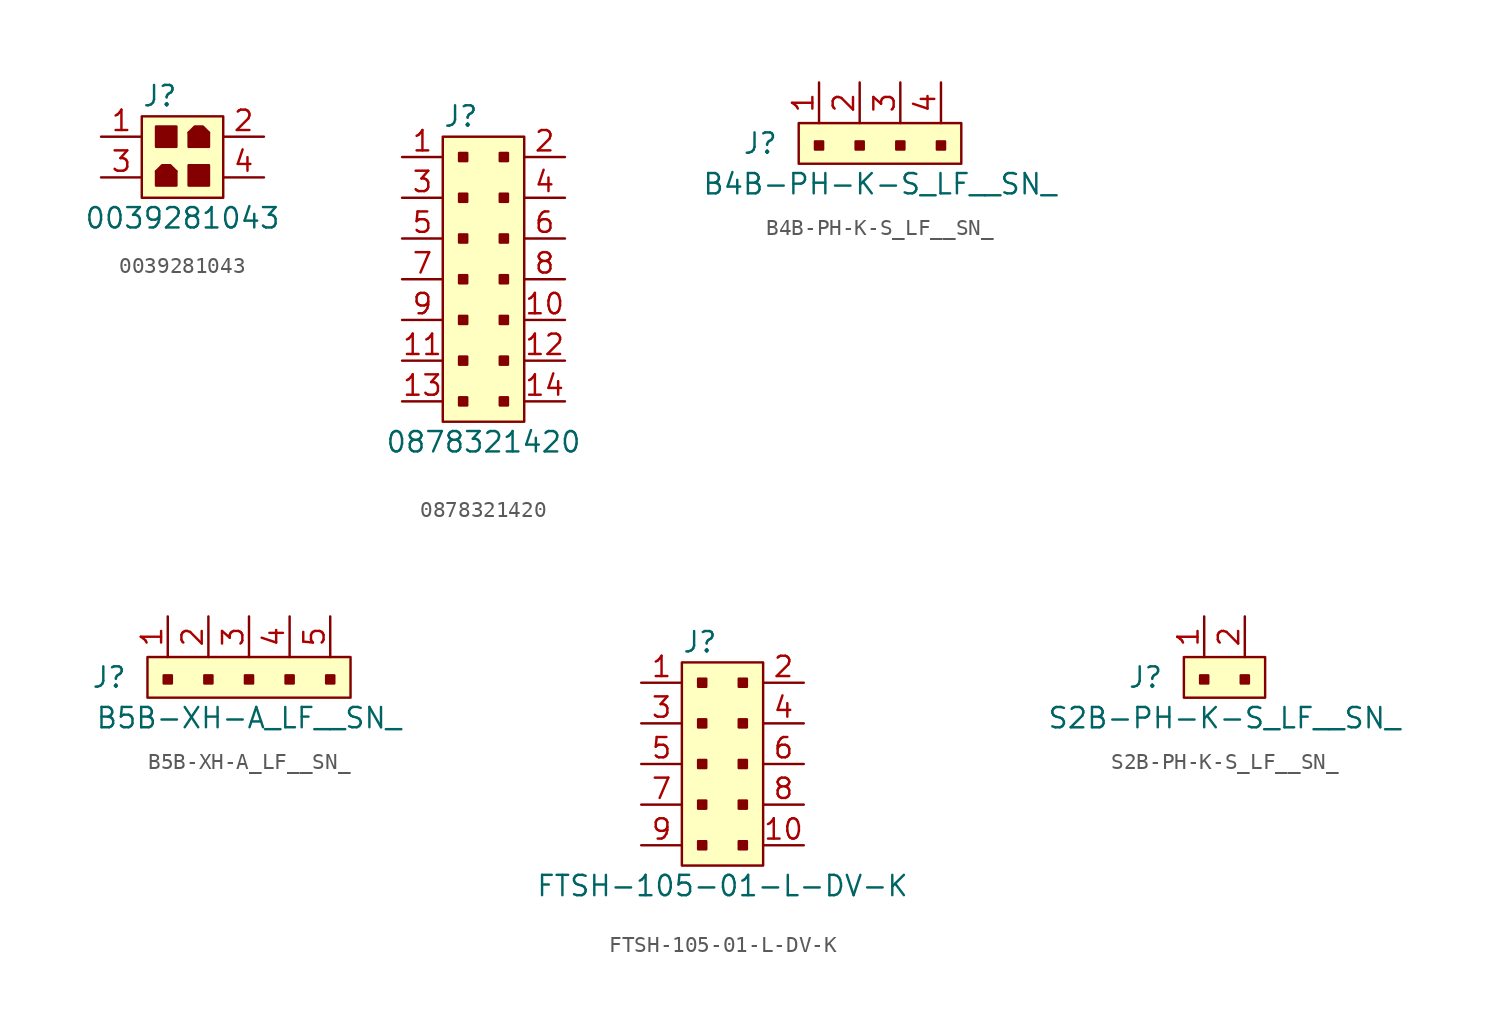
<source format=kicad_sym>
(kicad_symbol_lib
  (version 20240819)
  (generator "kicad_symbol_editor")
  (generator_version "8.99")
  (symbol "0039281043"
    (pin_names
      (offset 1.016))
    (property "Reference" "J"
      (at -2.54 5.08 0)
      (effects (font (size 1.27 1.27)) (justify left)))
    (property "Value" "0039281043"
      (at 0 -2.54 0)
      (effects (font (size 1.27 1.27))))
    (symbol "0039281043_0_1"
      (polyline (pts (xy -0.381 0.381) (xy -0.762 0.762) (xy -1.27 0.762) (xy -1.651 0.381)) (stroke (width 0) (type solid)) (fill (type outline)))
      (polyline (pts (xy 0.381 2.794) (xy 0.762 3.175) (xy 1.27 3.175) (xy 1.651 2.794)) (stroke (width 0) (type solid)) (fill (type outline))))
    (symbol "0039281043_1_1"
      (rectangle (start -2.54 3.81) (end 2.54 -1.27) (stroke (width 0) (type solid)) (fill (type background)))
      (rectangle (start -1.651 3.175) (end -0.381 1.905) (stroke (width 0) (type solid)) (fill (type outline)))
      (rectangle (start -0.381 0.381) (end -1.651 -0.508) (stroke (width 0) (type solid)) (fill (type outline)))
      (rectangle (start 0.381 2.794) (end 1.651 1.905) (stroke (width 0) (type solid)) (fill (type outline)))
      (rectangle (start 1.651 0.762) (end 0.381 -0.508) (stroke (width 0) (type solid)) (fill (type outline)))
      (pin passive line (at -5.08 2.54 0) (length 2.54) (name "~" (effects (font (size 1.27 1.27)))) (number "1" (effects (font (size 1.27 1.27)))))
      (pin passive line (at -5.08 0 0) (length 2.54) (name "~" (effects (font (size 1.27 1.27)))) (number "3" (effects (font (size 1.27 1.27)))))
      (pin passive line (at 5.08 2.54 180) (length 2.54) (name "~" (effects (font (size 1.27 1.27)))) (number "2" (effects (font (size 1.27 1.27)))))
      (pin passive line (at 5.08 0 180) (length 2.54) (name "~" (effects (font (size 1.27 1.27)))) (number "4" (effects (font (size 1.27 1.27)))))))
  (symbol "0878321420"
    (pin_names
      (offset 1.016))
    (property "Reference" "J"
      (at -2.54 10.16 0)
      (effects (font (size 1.27 1.27)) (justify left)))
    (property "Value" "0878321420"
      (at 0 -10.16 0)
      (effects (font (size 1.27 1.27))))
    (symbol "0878321420_1_1"
      (rectangle (start -2.54 8.89) (end 2.54 -8.89) (stroke (width 0) (type solid)) (fill (type background)))
      (rectangle (start -1.524 7.874) (end -1.016 7.366) (stroke (width 0) (type solid)) (fill (type outline)))
      (rectangle (start -1.524 5.334) (end -1.016 4.826) (stroke (width 0) (type solid)) (fill (type outline)))
      (rectangle (start -1.524 2.794) (end -1.016 2.286) (stroke (width 0) (type solid)) (fill (type outline)))
      (rectangle (start -1.524 0.254) (end -1.016 -0.254) (stroke (width 0) (type solid)) (fill (type outline)))
      (rectangle (start -1.524 -2.286) (end -1.016 -2.794) (stroke (width 0) (type solid)) (fill (type outline)))
      (rectangle (start -1.524 -4.826) (end -1.016 -5.334) (stroke (width 0) (type solid)) (fill (type outline)))
      (rectangle (start -1.524 -7.366) (end -1.016 -7.874) (stroke (width 0) (type solid)) (fill (type outline)))
      (rectangle (start 1.016 7.874) (end 1.524 7.366) (stroke (width 0) (type solid)) (fill (type outline)))
      (rectangle (start 1.016 5.334) (end 1.524 4.826) (stroke (width 0) (type solid)) (fill (type outline)))
      (rectangle (start 1.016 2.794) (end 1.524 2.286) (stroke (width 0) (type solid)) (fill (type outline)))
      (rectangle (start 1.016 0.254) (end 1.524 -0.254) (stroke (width 0) (type solid)) (fill (type outline)))
      (rectangle (start 1.016 -2.286) (end 1.524 -2.794) (stroke (width 0) (type solid)) (fill (type outline)))
      (rectangle (start 1.016 -4.826) (end 1.524 -5.334) (stroke (width 0) (type solid)) (fill (type outline)))
      (rectangle (start 1.016 -7.366) (end 1.524 -7.874) (stroke (width 0) (type solid)) (fill (type outline)))
      (pin passive line (at -5.08 7.62 0) (length 2.54) (name "~" (effects (font (size 1.27 1.27)))) (number "1" (effects (font (size 1.27 1.27)))))
      (pin passive line (at -5.08 5.08 0) (length 2.54) (name "~" (effects (font (size 1.27 1.27)))) (number "3" (effects (font (size 1.27 1.27)))))
      (pin passive line (at -5.08 2.54 0) (length 2.54) (name "~" (effects (font (size 1.27 1.27)))) (number "5" (effects (font (size 1.27 1.27)))))
      (pin passive line (at -5.08 0 0) (length 2.54) (name "~" (effects (font (size 1.27 1.27)))) (number "7" (effects (font (size 1.27 1.27)))))
      (pin passive line (at -5.08 -2.54 0) (length 2.54) (name "~" (effects (font (size 1.27 1.27)))) (number "9" (effects (font (size 1.27 1.27)))))
      (pin passive line (at -5.08 -5.08 0) (length 2.54) (name "~" (effects (font (size 1.27 1.27)))) (number "11" (effects (font (size 1.27 1.27)))))
      (pin passive line (at -5.08 -7.62 0) (length 2.54) (name "~" (effects (font (size 1.27 1.27)))) (number "13" (effects (font (size 1.27 1.27)))))
      (pin passive line (at 5.08 7.62 180) (length 2.54) (name "~" (effects (font (size 1.27 1.27)))) (number "2" (effects (font (size 1.27 1.27)))))
      (pin passive line (at 5.08 5.08 180) (length 2.54) (name "~" (effects (font (size 1.27 1.27)))) (number "4" (effects (font (size 1.27 1.27)))))
      (pin passive line (at 5.08 2.54 180) (length 2.54) (name "~" (effects (font (size 1.27 1.27)))) (number "6" (effects (font (size 1.27 1.27)))))
      (pin passive line (at 5.08 0 180) (length 2.54) (name "~" (effects (font (size 1.27 1.27)))) (number "8" (effects (font (size 1.27 1.27)))))
      (pin passive line (at 5.08 -2.54 180) (length 2.54) (name "~" (effects (font (size 1.27 1.27)))) (number "10" (effects (font (size 1.27 1.27)))))
      (pin passive line (at 5.08 -5.08 180) (length 2.54) (name "~" (effects (font (size 1.27 1.27)))) (number "12" (effects (font (size 1.27 1.27)))))
      (pin passive line (at 5.08 -7.62 180) (length 2.54) (name "~" (effects (font (size 1.27 1.27)))) (number "14" (effects (font (size 1.27 1.27)))))))
  (symbol "B4B-PH-K-S_LF__SN_"
    (pin_names
      (offset 1.016))
    (property "Reference" "J"
      (at -2.54 -1.27 0)
      (effects (font (size 1.27 1.27)) (justify right)))
    (property "Value" "B4B-PH-K-S_LF__SN_"
      (at 3.81 -3.81 0)
      (effects (font (size 1.27 1.27))))
    (symbol "B4B-PH-K-S_LF__SN__1_1"
      (rectangle (start -1.27 0) (end 8.89 -2.54) (stroke (width 0) (type solid)) (fill (type background)))
      (rectangle (start -0.254 -1.143) (end 0.254 -1.651) (stroke (width 0) (type solid)) (fill (type outline)))
      (rectangle (start 2.286 -1.143) (end 2.794 -1.651) (stroke (width 0) (type solid)) (fill (type outline)))
      (rectangle (start 4.826 -1.143) (end 5.334 -1.651) (stroke (width 0) (type solid)) (fill (type outline)))
      (rectangle (start 7.366 -1.143) (end 7.874 -1.651) (stroke (width 0) (type solid)) (fill (type outline)))
      (pin passive line (at 0 2.54 270) (length 2.54) (name "~" (effects (font (size 1.27 1.27)))) (number "1" (effects (font (size 1.27 1.27)))))
      (pin passive line (at 2.54 2.54 270) (length 2.54) (name "~" (effects (font (size 1.27 1.27)))) (number "2" (effects (font (size 1.27 1.27)))))
      (pin passive line (at 5.08 2.54 270) (length 2.54) (name "~" (effects (font (size 1.27 1.27)))) (number "3" (effects (font (size 1.27 1.27)))))
      (pin passive line (at 7.62 2.54 270) (length 2.54) (name "~" (effects (font (size 1.27 1.27)))) (number "4" (effects (font (size 1.27 1.27)))))))
  (symbol "B5B-XH-A_LF__SN_"
    (pin_names
      (offset 1.016))
    (property "Reference" "J"
      (at -2.54 -1.27 0)
      (effects (font (size 1.27 1.27)) (justify right)))
    (property "Value" "B5B-XH-A_LF__SN_"
      (at 5.08 -3.81 0)
      (effects (font (size 1.27 1.27))))
    (symbol "B5B-XH-A_LF__SN__1_1"
      (rectangle (start -1.27 0) (end 11.43 -2.54) (stroke (width 0) (type solid)) (fill (type background)))
      (rectangle (start -0.254 -1.143) (end 0.254 -1.651) (stroke (width 0) (type solid)) (fill (type outline)))
      (rectangle (start 2.286 -1.143) (end 2.794 -1.651) (stroke (width 0) (type solid)) (fill (type outline)))
      (rectangle (start 4.826 -1.143) (end 5.334 -1.651) (stroke (width 0) (type solid)) (fill (type outline)))
      (rectangle (start 7.366 -1.143) (end 7.874 -1.651) (stroke (width 0) (type solid)) (fill (type outline)))
      (rectangle (start 9.906 -1.143) (end 10.414 -1.651) (stroke (width 0) (type solid)) (fill (type outline)))
      (pin passive line (at 0 2.54 270) (length 2.54) (name "~" (effects (font (size 1.27 1.27)))) (number "1" (effects (font (size 1.27 1.27)))))
      (pin passive line (at 2.54 2.54 270) (length 2.54) (name "~" (effects (font (size 1.27 1.27)))) (number "2" (effects (font (size 1.27 1.27)))))
      (pin passive line (at 5.08 2.54 270) (length 2.54) (name "~" (effects (font (size 1.27 1.27)))) (number "3" (effects (font (size 1.27 1.27)))))
      (pin passive line (at 7.62 2.54 270) (length 2.54) (name "~" (effects (font (size 1.27 1.27)))) (number "4" (effects (font (size 1.27 1.27)))))
      (pin passive line (at 10.16 2.54 270) (length 2.54) (name "~" (effects (font (size 1.27 1.27)))) (number "5" (effects (font (size 1.27 1.27)))))))
  (symbol "FTSH-105-01-L-DV-K"
    (pin_names
      (offset 1.016))
    (property "Reference" "J"
      (at -2.54 7.62 0)
      (effects (font (size 1.27 1.27)) (justify left)))
    (property "Value" "FTSH-105-01-L-DV-K"
      (at 0 -7.62 0)
      (effects (font (size 1.27 1.27))))
    (symbol "FTSH-105-01-L-DV-K_1_1"
      (rectangle (start -2.54 6.35) (end 2.54 -6.35) (stroke (width 0) (type solid)) (fill (type background)))
      (rectangle (start -1.524 5.334) (end -1.016 4.826) (stroke (width 0) (type solid)) (fill (type outline)))
      (rectangle (start -1.524 2.794) (end -1.016 2.286) (stroke (width 0) (type solid)) (fill (type outline)))
      (rectangle (start -1.524 0.254) (end -1.016 -0.254) (stroke (width 0) (type solid)) (fill (type outline)))
      (rectangle (start -1.524 -2.286) (end -1.016 -2.794) (stroke (width 0) (type solid)) (fill (type outline)))
      (rectangle (start -1.524 -4.826) (end -1.016 -5.334) (stroke (width 0) (type solid)) (fill (type outline)))
      (rectangle (start 1.016 5.334) (end 1.524 4.826) (stroke (width 0) (type solid)) (fill (type outline)))
      (rectangle (start 1.016 2.794) (end 1.524 2.286) (stroke (width 0) (type solid)) (fill (type outline)))
      (rectangle (start 1.016 0.254) (end 1.524 -0.254) (stroke (width 0) (type solid)) (fill (type outline)))
      (rectangle (start 1.016 -2.286) (end 1.524 -2.794) (stroke (width 0) (type solid)) (fill (type outline)))
      (rectangle (start 1.016 -4.826) (end 1.524 -5.334) (stroke (width 0) (type solid)) (fill (type outline)))
      (pin passive line (at -5.08 5.08 0) (length 2.54) (name "~" (effects (font (size 1.27 1.27)))) (number "1" (effects (font (size 1.27 1.27)))))
      (pin passive line (at -5.08 2.54 0) (length 2.54) (name "~" (effects (font (size 1.27 1.27)))) (number "3" (effects (font (size 1.27 1.27)))))
      (pin passive line (at -5.08 0 0) (length 2.54) (name "~" (effects (font (size 1.27 1.27)))) (number "5" (effects (font (size 1.27 1.27)))))
      (pin passive line (at -5.08 -2.54 0) (length 2.54) (name "~" (effects (font (size 1.27 1.27)))) (number "7" (effects (font (size 1.27 1.27)))))
      (pin passive line (at -5.08 -5.08 0) (length 2.54) (name "~" (effects (font (size 1.27 1.27)))) (number "9" (effects (font (size 1.27 1.27)))))
      (pin passive line (at 5.08 5.08 180) (length 2.54) (name "~" (effects (font (size 1.27 1.27)))) (number "2" (effects (font (size 1.27 1.27)))))
      (pin passive line (at 5.08 2.54 180) (length 2.54) (name "~" (effects (font (size 1.27 1.27)))) (number "4" (effects (font (size 1.27 1.27)))))
      (pin passive line (at 5.08 0 180) (length 2.54) (name "~" (effects (font (size 1.27 1.27)))) (number "6" (effects (font (size 1.27 1.27)))))
      (pin passive line (at 5.08 -2.54 180) (length 2.54) (name "~" (effects (font (size 1.27 1.27)))) (number "8" (effects (font (size 1.27 1.27)))))
      (pin passive line (at 5.08 -5.08 180) (length 2.54) (name "~" (effects (font (size 1.27 1.27)))) (number "10" (effects (font (size 1.27 1.27)))))))
  (symbol "S2B-PH-K-S_LF__SN_"
    (pin_names
      (offset 1.016))
    (property "Reference" "J"
      (at -2.54 -1.27 0)
      (effects (font (size 1.27 1.27)) (justify right)))
    (property "Value" "S2B-PH-K-S_LF__SN_"
      (at 1.27 -3.81 0)
      (effects (font (size 1.27 1.27))))
    (symbol "S2B-PH-K-S_LF__SN__1_1"
      (rectangle (start -1.27 0) (end 3.81 -2.54) (stroke (width 0) (type solid)) (fill (type background)))
      (rectangle (start -0.254 -1.143) (end 0.254 -1.651) (stroke (width 0) (type solid)) (fill (type outline)))
      (rectangle (start 2.286 -1.143) (end 2.794 -1.651) (stroke (width 0) (type solid)) (fill (type outline)))
      (pin passive line (at 0 2.54 270) (length 2.54) (name "~" (effects (font (size 1.27 1.27)))) (number "1" (effects (font (size 1.27 1.27)))))
      (pin passive line (at 2.54 2.54 270) (length 2.54) (name "~" (effects (font (size 1.27 1.27)))) (number "2" (effects (font (size 1.27 1.27))))))))
</source>
